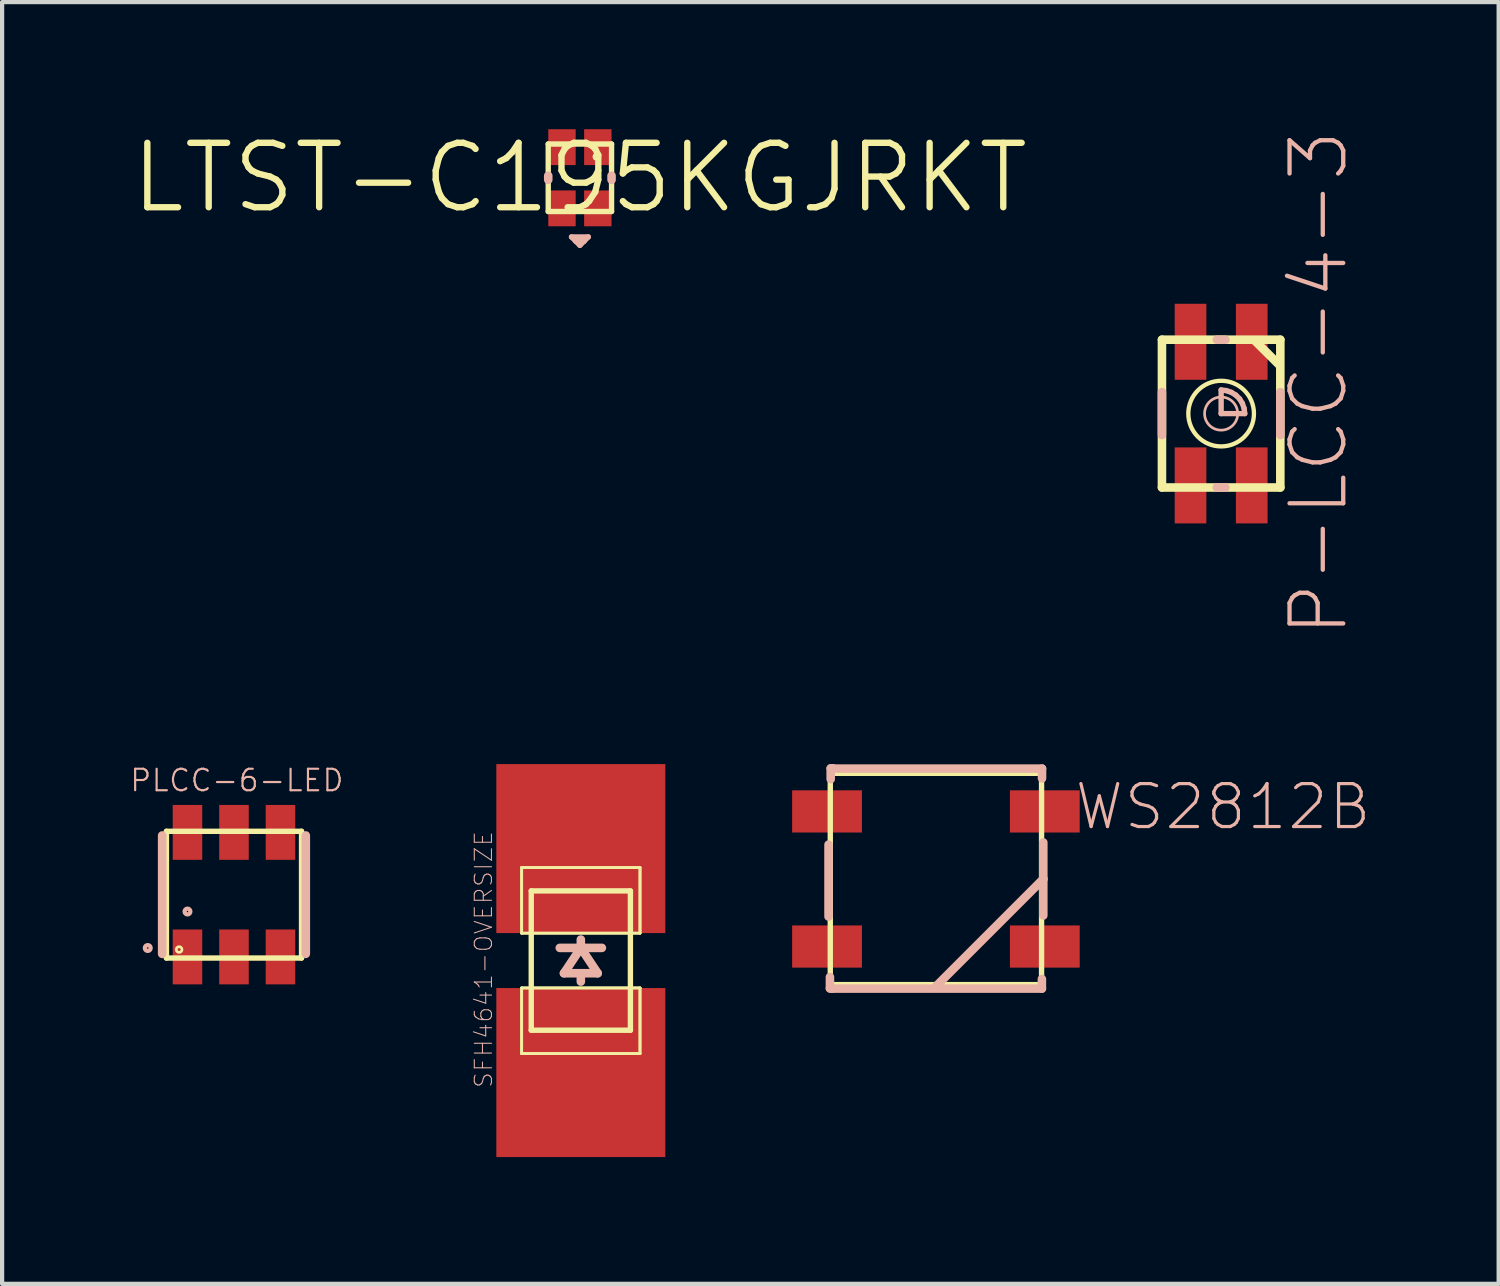
<source format=kicad_pcb>
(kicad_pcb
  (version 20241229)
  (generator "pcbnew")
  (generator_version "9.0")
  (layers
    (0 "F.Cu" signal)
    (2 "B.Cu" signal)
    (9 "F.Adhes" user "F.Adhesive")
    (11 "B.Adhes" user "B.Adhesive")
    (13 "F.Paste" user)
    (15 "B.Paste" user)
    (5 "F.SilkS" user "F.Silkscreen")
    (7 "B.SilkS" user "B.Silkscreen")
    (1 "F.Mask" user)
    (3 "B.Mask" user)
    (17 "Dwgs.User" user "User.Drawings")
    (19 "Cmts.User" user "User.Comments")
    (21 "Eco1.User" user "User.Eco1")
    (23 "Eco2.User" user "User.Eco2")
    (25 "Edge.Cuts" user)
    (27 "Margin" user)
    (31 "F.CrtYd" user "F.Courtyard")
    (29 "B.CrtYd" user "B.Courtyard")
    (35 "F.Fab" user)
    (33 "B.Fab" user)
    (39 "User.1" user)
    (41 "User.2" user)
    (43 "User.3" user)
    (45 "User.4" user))
  (footprint "LTST-C195KGJRKT"
    (layer "F.Cu")
    (at 10.668 1.155)
    (property "Reference" "LTST-C195KGJRKT" (at 0 0 0) (layer "F.SilkS") (effects (font (size 1.524 1.524) (thickness 0.15))))
    (attr smd)
    (fp_line (start -0.749 -0.798) (end 0.749 -0.798) (stroke (width 0.127) (type solid)) (layer "F.SilkS"))
    (fp_line (start -0.749 0.798) (end -0.749 -0.798) (stroke (width 0.127) (type solid)) (layer "F.SilkS"))
    (fp_line (start 0.749 -0.798) (end 0.749 0.798) (stroke (width 0.127) (type solid)) (layer "F.SilkS"))
    (fp_line (start 0.749 0.798) (end -0.749 0.798) (stroke (width 0.127) (type solid)) (layer "F.SilkS"))
    (fp_circle (center 0.399 -0.498) (end 0.447 -0.546) (stroke (width 0.064) (type solid)) (fill no) (layer "F.SilkS"))
    (fp_line (start -0.749 -0.048) (end -0.749 0.048) (stroke (width 0.203) (type solid)) (layer "B.SilkS"))
    (fp_line (start -0.198 1.4) (end -0.099 1.499) (stroke (width 0.127) (type solid)) (layer "B.SilkS"))
    (fp_line (start -0.198 1.4) (end 0.198 1.4) (stroke (width 0.127) (type solid)) (layer "B.SilkS"))
    (fp_line (start -0.099 1.499) (end 0 1.598) (stroke (width 0.127) (type solid)) (layer "B.SilkS"))
    (fp_line (start -0.099 1.499) (end 0.099 1.499) (stroke (width 0.127) (type solid)) (layer "B.SilkS"))
    (fp_line (start 0 1.598) (end 0.099 1.499) (stroke (width 0.127) (type solid)) (layer "B.SilkS"))
    (fp_line (start 0.099 1.499) (end 0.198 1.4) (stroke (width 0.127) (type solid)) (layer "B.SilkS"))
    (fp_line (start 0.749 -0.048) (end 0.749 0.048) (stroke (width 0.203) (type solid)) (layer "B.SilkS"))
    (pad "P$1" smd rect (at 0.424 -0.724) (size 0.648 0.848) (layers "F.Cu" "F.Mask" "F.Paste"))
    (pad "P$2" smd rect (at -0.424 -0.724) (size 0.648 0.848) (layers "F.Cu" "F.Mask" "F.Paste"))
    (pad "P$3" smd rect (at 0.424 0.724) (size 0.648 0.848) (layers "F.Cu" "F.Mask" "F.Paste"))
    (pad "P$4" smd rect (at -0.424 0.724) (size 0.648 0.848) (layers "F.Cu" "F.Mask" "F.Paste")))
  (footprint "WS2812B"
    (layer "F.Cu")
    (at 19.09 17.743)
    (property "Reference" "WS2812B" (at 6.792 -1.707 0) (layer "B.SilkS") (effects (font (size 1.016 1.016) (thickness 0.076))))
    (attr smd)
    (fp_line (start -2.499 -2.499) (end -2.499 2.499) (stroke (width 0.127) (type solid)) (layer "F.SilkS"))
    (fp_line (start -2.499 2.499) (end 2.499 2.499) (stroke (width 0.127) (type solid)) (layer "F.SilkS"))
    (fp_line (start 2.499 -2.499) (end -2.499 -2.499) (stroke (width 0.127) (type solid)) (layer "F.SilkS"))
    (fp_line (start 2.499 2.499) (end 2.499 -2.499) (stroke (width 0.127) (type solid)) (layer "F.SilkS"))
    (fp_line (start -2.54 0.889) (end -2.54 -0.813) (stroke (width 0.203) (type solid)) (layer "B.SilkS"))
    (fp_line (start -2.507 2.319) (end -2.507 2.588) (stroke (width 0.203) (type solid)) (layer "B.SilkS"))
    (fp_line (start -2.507 2.588) (end -2.456 2.588) (stroke (width 0.203) (type solid)) (layer "B.SilkS"))
    (fp_line (start -2.489 -2.616) (end -2.438 -2.616) (stroke (width 0.203) (type solid)) (layer "B.SilkS"))
    (fp_line (start -2.489 -2.362) (end -2.489 -2.616) (stroke (width 0.203) (type solid)) (layer "B.SilkS"))
    (fp_line (start -2.456 2.588) (end -2.456 2.593) (stroke (width 0.203) (type solid)) (layer "B.SilkS"))
    (fp_line (start -2.456 2.593) (end 2.507 2.593) (stroke (width 0.203) (type solid)) (layer "B.SilkS"))
    (fp_line (start -2.438 -2.616) (end -2.438 -2.611) (stroke (width 0.203) (type solid)) (layer "B.SilkS"))
    (fp_line (start -2.438 -2.611) (end 2.51 -2.611) (stroke (width 0.203) (type solid)) (layer "B.SilkS"))
    (fp_line (start 2.507 2.593) (end 2.507 2.367) (stroke (width 0.203) (type solid)) (layer "B.SilkS"))
    (fp_line (start 2.51 -2.611) (end 2.51 -2.38) (stroke (width 0.203) (type solid)) (layer "B.SilkS"))
    (fp_line (start 2.54 -0.864) (end 2.54 0) (stroke (width 0.203) (type solid)) (layer "B.SilkS"))
    (fp_line (start 2.54 0) (end 0 2.54) (stroke (width 0.203) (type solid)) (layer "B.SilkS"))
    (fp_line (start 2.54 0) (end 2.54 0.864) (stroke (width 0.203) (type solid)) (layer "B.SilkS"))
    (pad "1" smd rect (at -2.576 -1.598) (size 1.651 0.998) (layers "F.Cu" "F.Mask" "F.Paste"))
    (pad "2" smd rect (at -2.576 1.598) (size 1.651 0.998) (layers "F.Cu" "F.Mask" "F.Paste"))
    (pad "3" smd rect (at 2.576 1.598) (size 1.651 0.998) (layers "F.Cu" "F.Mask" "F.Paste"))
    (pad "4" smd rect (at 2.576 -1.598) (size 1.651 0.998) (layers "F.Cu" "F.Mask" "F.Paste")))
  (footprint "P-LCC-4-3"
    (layer "F.Cu")
    (at 25.837 6.734)
    (property "Reference" "P-LCC-4-3" (at 2.306 -0.721 90) (layer "B.SilkS") (effects (font (size 1.27 1.27) (thickness 0.102))))
    (attr smd)
    (fp_line (start -1.4 -1.748) (end -1.4 1.748) (stroke (width 0.203) (type solid)) (layer "F.SilkS"))
    (fp_line (start -1.4 1.748) (end 1.4 1.748) (stroke (width 0.203) (type solid)) (layer "F.SilkS"))
    (fp_line (start 1.359 -1.166) (end 0.808 -1.714) (stroke (width 0.203) (type solid)) (layer "F.SilkS"))
    (fp_line (start 1.4 -1.748) (end -1.4 -1.748) (stroke (width 0.203) (type solid)) (layer "F.SilkS"))
    (fp_line (start 1.4 1.748) (end 1.4 -1.748) (stroke (width 0.203) (type solid)) (layer "F.SilkS"))
    (fp_circle (center 0 0) (end -0.549 0.549) (stroke (width 0.102) (type solid)) (fill no) (layer "F.SilkS"))
    (fp_line (start -1.4 -0.508) (end -1.4 0.508) (stroke (width 0.203) (type solid)) (layer "B.SilkS"))
    (fp_line (start -0.102 -1.748) (end 0.102 -1.748) (stroke (width 0.203) (type solid)) (layer "B.SilkS"))
    (fp_line (start -0.102 1.748) (end 0.102 1.748) (stroke (width 0.203) (type solid)) (layer "B.SilkS"))
    (fp_line (start 0 -0.559) (end 0 0) (stroke (width 0.127) (type solid)) (layer "B.SilkS"))
    (fp_line (start 0 0) (end 0.559 0) (stroke (width 0.127) (type solid)) (layer "B.SilkS"))
    (fp_line (start 0.122 -0.544) (end 0 -0.559) (stroke (width 0.127) (type solid)) (layer "B.SilkS"))
    (fp_line (start 0.241 -0.503) (end 0.122 -0.544) (stroke (width 0.127) (type solid)) (layer "B.SilkS"))
    (fp_line (start 0.348 -0.437) (end 0.241 -0.503) (stroke (width 0.127) (type solid)) (layer "B.SilkS"))
    (fp_line (start 0.437 -0.348) (end 0.348 -0.437) (stroke (width 0.127) (type solid)) (layer "B.SilkS"))
    (fp_line (start 0.503 -0.241) (end 0.437 -0.348) (stroke (width 0.127) (type solid)) (layer "B.SilkS"))
    (fp_line (start 0.544 -0.122) (end 0.503 -0.241) (stroke (width 0.127) (type solid)) (layer "B.SilkS"))
    (fp_line (start 0.559 0) (end 0.544 -0.122) (stroke (width 0.127) (type solid)) (layer "B.SilkS"))
    (fp_line (start 1.4 -0.508) (end 1.4 0.508) (stroke (width 0.203) (type solid)) (layer "B.SilkS"))
    (fp_circle (center 0 0) (end -0.277 0.277) (stroke (width 0.064) (type solid)) (fill no) (layer "B.SilkS"))
    (pad "1" smd rect (at 0.724 -1.699) (size 0.749 1.798) (layers "F.Cu" "F.Mask" "F.Paste"))
    (pad "2" smd rect (at -0.724 -1.699) (size 0.749 1.798) (layers "F.Cu" "F.Mask" "F.Paste"))
    (pad "3" smd rect (at -0.724 1.699) (size 0.749 1.798) (layers "F.Cu" "F.Mask" "F.Paste"))
    (pad "4" smd rect (at 0.724 1.699) (size 0.749 1.798) (layers "F.Cu" "F.Mask" "F.Paste")))
  (footprint "PLCC-6-LED"
    (layer "F.Cu")
    (at 2.485 18.114)
    (property "Reference" "PLCC-6-LED" (at 0.069 -2.703 0) (layer "B.SilkS") (effects (font (size 0.508 0.508) (thickness 0.051))))
    (attr smd)
    (fp_line (start -1.598 -1.499) (end 1.598 -1.499) (stroke (width 0.127) (type solid)) (layer "F.SilkS"))
    (fp_line (start -1.598 1.499) (end -1.598 -1.499) (stroke (width 0.127) (type solid)) (layer "F.SilkS"))
    (fp_line (start 1.598 -1.499) (end 1.598 1.499) (stroke (width 0.127) (type solid)) (layer "F.SilkS"))
    (fp_line (start 1.598 1.499) (end -1.598 1.499) (stroke (width 0.127) (type solid)) (layer "F.SilkS"))
    (fp_circle (center -1.298 1.298) (end -1.346 1.346) (stroke (width 0.064) (type solid)) (fill no) (layer "F.SilkS"))
    (fp_line (start -1.699 1.4) (end -1.699 -1.4) (stroke (width 0.203) (type solid)) (layer "B.SilkS"))
    (fp_line (start 1.699 -1.4) (end 1.699 1.4) (stroke (width 0.203) (type solid)) (layer "B.SilkS"))
    (fp_circle (center -2.04 1.262) (end -2.088 1.311) (stroke (width 0.102) (type solid)) (fill no) (layer "B.SilkS"))
    (fp_circle (center -1.1 0.399) (end -1.148 0.447) (stroke (width 0.102) (type solid)) (fill no) (layer "B.SilkS"))
    (pad "AB" smd rect (at -1.1 -1.473 90) (size 1.298 0.699) (layers "F.Cu" "F.Mask" "F.Paste"))
    (pad "AG" smd rect (at 1.1 -1.473 90) (size 1.298 0.699) (layers "F.Cu" "F.Mask" "F.Paste"))
    (pad "AR" smd rect (at 0 -1.473 90) (size 1.298 0.699) (layers "F.Cu" "F.Mask" "F.Paste"))
    (pad "CB" smd rect (at -1.1 1.473 90) (size 1.298 0.699) (layers "F.Cu" "F.Mask" "F.Paste"))
    (pad "CG" smd rect (at 1.1 1.473 90) (size 1.298 0.699) (layers "F.Cu" "F.Mask" "F.Paste"))
    (pad "CR" smd rect (at 0 1.473 90) (size 1.298 0.699) (layers "F.Cu" "F.Mask" "F.Paste")))
  (footprint "SFH4641-OVERSIZE"
    (layer "F.Cu")
    (at 10.69 19.673)
    (property "Reference" "SFH4641-OVERSIZE" (at -2.301 -0.025 90) (layer "B.SilkS") (effects (font (size 0.406 0.406) (thickness 0.025))))
    (attr smd)
    (fp_line (start -1.4 -2.2) (end 1.4 -2.2) (stroke (width 0.066) (type solid)) (layer "F.SilkS"))
    (fp_line (start -1.4 -2.2) (end 1.4 -2.2) (stroke (width 0.066) (type solid)) (layer "F.SilkS"))
    (fp_line (start -1.4 -0.648) (end -1.4 -2.2) (stroke (width 0.066) (type solid)) (layer "F.SilkS"))
    (fp_line (start -1.4 -0.648) (end -1.4 -2.2) (stroke (width 0.066) (type solid)) (layer "F.SilkS"))
    (fp_line (start -1.4 -0.648) (end 1.4 -0.648) (stroke (width 0.066) (type solid)) (layer "F.SilkS"))
    (fp_line (start -1.4 -0.648) (end 1.4 -0.648) (stroke (width 0.066) (type solid)) (layer "F.SilkS"))
    (fp_line (start -1.4 0.648) (end 1.4 0.648) (stroke (width 0.066) (type solid)) (layer "F.SilkS"))
    (fp_line (start -1.4 0.648) (end 1.4 0.648) (stroke (width 0.066) (type solid)) (layer "F.SilkS"))
    (fp_line (start -1.4 2.2) (end -1.4 0.648) (stroke (width 0.066) (type solid)) (layer "F.SilkS"))
    (fp_line (start -1.4 2.2) (end -1.4 0.648) (stroke (width 0.066) (type solid)) (layer "F.SilkS"))
    (fp_line (start -1.4 2.2) (end 1.4 2.2) (stroke (width 0.066) (type solid)) (layer "F.SilkS"))
    (fp_line (start -1.4 2.2) (end 1.4 2.2) (stroke (width 0.066) (type solid)) (layer "F.SilkS"))
    (fp_line (start -1.173 -1.648) (end -1.173 1.648) (stroke (width 0.127) (type solid)) (layer "F.SilkS"))
    (fp_line (start -1.173 1.648) (end 1.173 1.648) (stroke (width 0.127) (type solid)) (layer "F.SilkS"))
    (fp_line (start -0.498 -0.3) (end 0 -0.3) (stroke (width 0.127) (type solid)) (layer "F.SilkS"))
    (fp_line (start -0.399 0.3) (end 0 0.3) (stroke (width 0.127) (type solid)) (layer "F.SilkS"))
    (fp_line (start 0 -0.498) (end 0 -0.3) (stroke (width 0.127) (type solid)) (layer "F.SilkS"))
    (fp_line (start 0 -0.3) (end -0.399 0.3) (stroke (width 0.127) (type solid)) (layer "F.SilkS"))
    (fp_line (start 0 -0.3) (end 0.498 -0.3) (stroke (width 0.127) (type solid)) (layer "F.SilkS"))
    (fp_line (start 0 0.3) (end 0 0.498) (stroke (width 0.127) (type solid)) (layer "F.SilkS"))
    (fp_line (start 0 0.3) (end 0.399 0.3) (stroke (width 0.127) (type solid)) (layer "F.SilkS"))
    (fp_line (start 0.399 0.3) (end 0 -0.3) (stroke (width 0.127) (type solid)) (layer "F.SilkS"))
    (fp_line (start 1.173 -1.648) (end -1.173 -1.648) (stroke (width 0.127) (type solid)) (layer "F.SilkS"))
    (fp_line (start 1.173 1.648) (end 1.173 -1.648) (stroke (width 0.127) (type solid)) (layer "F.SilkS"))
    (fp_line (start 1.4 -0.648) (end 1.4 -2.2) (stroke (width 0.066) (type solid)) (layer "F.SilkS"))
    (fp_line (start 1.4 -0.648) (end 1.4 -2.2) (stroke (width 0.066) (type solid)) (layer "F.SilkS"))
    (fp_line (start 1.4 2.2) (end 1.4 0.648) (stroke (width 0.066) (type solid)) (layer "F.SilkS"))
    (fp_line (start 1.4 2.2) (end 1.4 0.648) (stroke (width 0.066) (type solid)) (layer "F.SilkS"))
    (fp_line (start -0.498 -0.3) (end 0 -0.3) (stroke (width 0.203) (type solid)) (layer "B.SilkS"))
    (fp_line (start -0.399 0.3) (end 0 0.3) (stroke (width 0.203) (type solid)) (layer "B.SilkS"))
    (fp_line (start 0 -0.3) (end -0.399 0.3) (stroke (width 0.203) (type solid)) (layer "B.SilkS"))
    (fp_line (start 0 -0.3) (end 0 -0.498) (stroke (width 0.203) (type solid)) (layer "B.SilkS"))
    (fp_line (start 0 -0.3) (end 0.399 0.3) (stroke (width 0.203) (type solid)) (layer "B.SilkS"))
    (fp_line (start 0 -0.3) (end 0.498 -0.3) (stroke (width 0.203) (type solid)) (layer "B.SilkS"))
    (fp_line (start 0 0.3) (end 0.399 0.3) (stroke (width 0.203) (type solid)) (layer "B.SilkS"))
    (fp_line (start 0 0.498) (end 0 0.3) (stroke (width 0.203) (type solid)) (layer "B.SilkS"))
    (pad "A" smd rect (at 0 2.649 180) (size 3.998 3.998) (layers "F.Cu" "F.Mask" "F.Paste"))
    (pad "C" smd rect (at 0 -2.649) (size 3.998 3.998) (layers "F.Cu" "F.Mask" "F.Paste")))
  (gr_rect
    (start -3 -3)
    (end 32.402 27.321)
    (stroke (width 0.1) (type default))
    (fill no)
    (layer "Edge.Cuts")))
</source>
